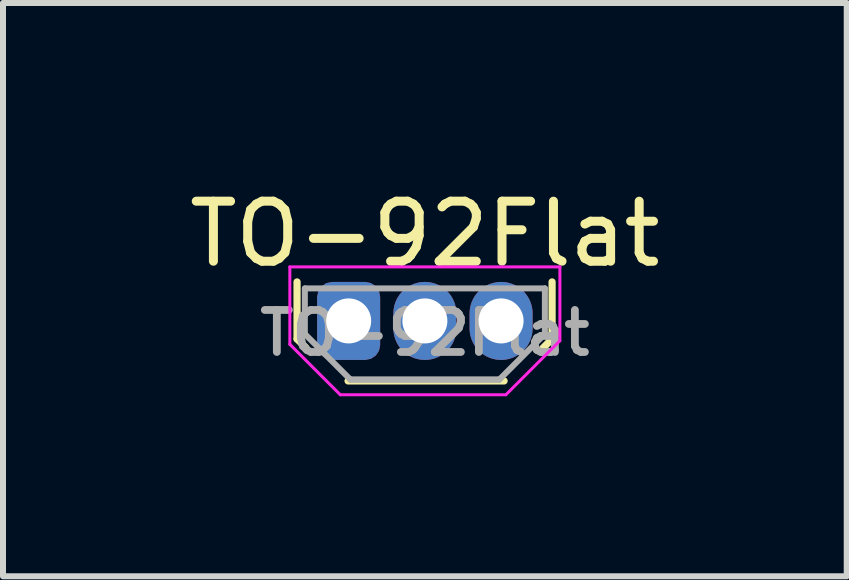
<source format=kicad_pcb>
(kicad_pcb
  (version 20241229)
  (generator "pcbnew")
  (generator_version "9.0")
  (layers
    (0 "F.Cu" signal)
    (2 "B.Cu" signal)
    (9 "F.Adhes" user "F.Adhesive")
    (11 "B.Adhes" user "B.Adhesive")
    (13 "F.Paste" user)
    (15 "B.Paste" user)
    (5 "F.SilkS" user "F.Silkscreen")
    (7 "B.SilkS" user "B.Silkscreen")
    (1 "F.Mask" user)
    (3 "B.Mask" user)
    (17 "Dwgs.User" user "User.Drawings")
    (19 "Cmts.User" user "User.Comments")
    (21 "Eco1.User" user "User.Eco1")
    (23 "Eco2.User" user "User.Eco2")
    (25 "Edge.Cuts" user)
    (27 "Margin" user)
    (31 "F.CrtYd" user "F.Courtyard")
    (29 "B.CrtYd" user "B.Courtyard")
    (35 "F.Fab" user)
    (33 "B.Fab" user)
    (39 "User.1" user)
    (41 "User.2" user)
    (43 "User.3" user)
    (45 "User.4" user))
  (footprint "TO-92Flat"
    (layer "F.Cu")
    (at 2.76 2.298)
    (property "Reference" "TO-92Flat" (at 1.27 -1.45 0) (layer "F.SilkS") (effects (font (size 1 1) (thickness 0.15))))
    (attr through_hole)
    (fp_line (start -0.86 0.3) (end -0.86 -0.65) (stroke (width 0.12) (type solid)) (layer "F.SilkS"))
    (fp_line (start -0.71 0.45) (end -0.86 0.3) (stroke (width 0.12) (type solid)) (layer "F.SilkS"))
    (fp_line (start -0.01 1) (end 2.59 1) (stroke (width 0.12) (type solid)) (layer "F.SilkS"))
    (fp_line (start 3.24 0.45) (end 3.39 0.3) (stroke (width 0.12) (type solid)) (layer "F.SilkS"))
    (fp_line (start 3.39 -0.65) (end 3.39 0.3) (stroke (width 0.12) (type solid)) (layer "F.SilkS"))
    (fp_line (start -0.98 -0.9) (end 3.52 -0.9) (stroke (width 0.05) (type solid)) (layer "F.CrtYd"))
    (fp_line (start -0.98 0.39) (end -0.98 -0.9) (stroke (width 0.05) (type solid)) (layer "F.CrtYd"))
    (fp_line (start -0.14 1.23) (end -0.98 0.39) (stroke (width 0.05) (type solid)) (layer "F.CrtYd"))
    (fp_line (start 2.62 1.23) (end -0.14 1.23) (stroke (width 0.05) (type solid)) (layer "F.CrtYd"))
    (fp_line (start 3.52 -0.9) (end 3.52 0.33) (stroke (width 0.05) (type solid)) (layer "F.CrtYd"))
    (fp_line (start 3.52 0.33) (end 2.62 1.23) (stroke (width 0.05) (type solid)) (layer "F.CrtYd"))
    (fp_line (start -0.73 -0.542) (end -0.73 0.217) (stroke (width 0.1) (type solid)) (layer "F.Fab"))
    (fp_line (start 0.03 0.978) (end -0.73 0.217) (stroke (width 0.1) (type solid)) (layer "F.Fab"))
    (fp_line (start 2.51 0.978) (end 0.03 0.978) (stroke (width 0.1) (type solid)) (layer "F.Fab"))
    (fp_line (start 2.51 0.978) (end 0.03 0.978) (stroke (width 0.1) (type solid)) (layer "F.Fab"))
    (fp_line (start 3.27 -0.542) (end -0.73 -0.542) (stroke (width 0.1) (type solid)) (layer "F.Fab"))
    (fp_line (start 3.27 -0.542) (end 3.27 0.217) (stroke (width 0.1) (type solid)) (layer "F.Fab"))
    (fp_line (start 3.27 0.217) (end 2.51 0.978) (stroke (width 0.1) (type solid)) (layer "F.Fab"))
    (fp_text user "${REFERENCE}" (at 1.27 0.2 0) (layer "F.Fab") (effects (font (size 0.7 0.7) (thickness 0.13))))
    (pad "1" thru_hole roundrect (at 0 0) (size 1.05 1.3) (drill 0.75) (layers "*.Cu" "*.Mask") (roundrect_rratio 0.238))
    (pad "2" thru_hole oval (at 1.27 0) (size 1.05 1.3) (drill 0.75) (layers "*.Cu" "*.Mask"))
    (pad "3" thru_hole oval (at 2.54 0) (size 1.05 1.3) (drill 0.75) (layers "*.Cu" "*.Mask")))
  (gr_rect
    (start -3 -3)
    (end 11.06 6.553)
    (stroke (width 0.1) (type default))
    (fill no)
    (layer "Edge.Cuts")))
</source>
